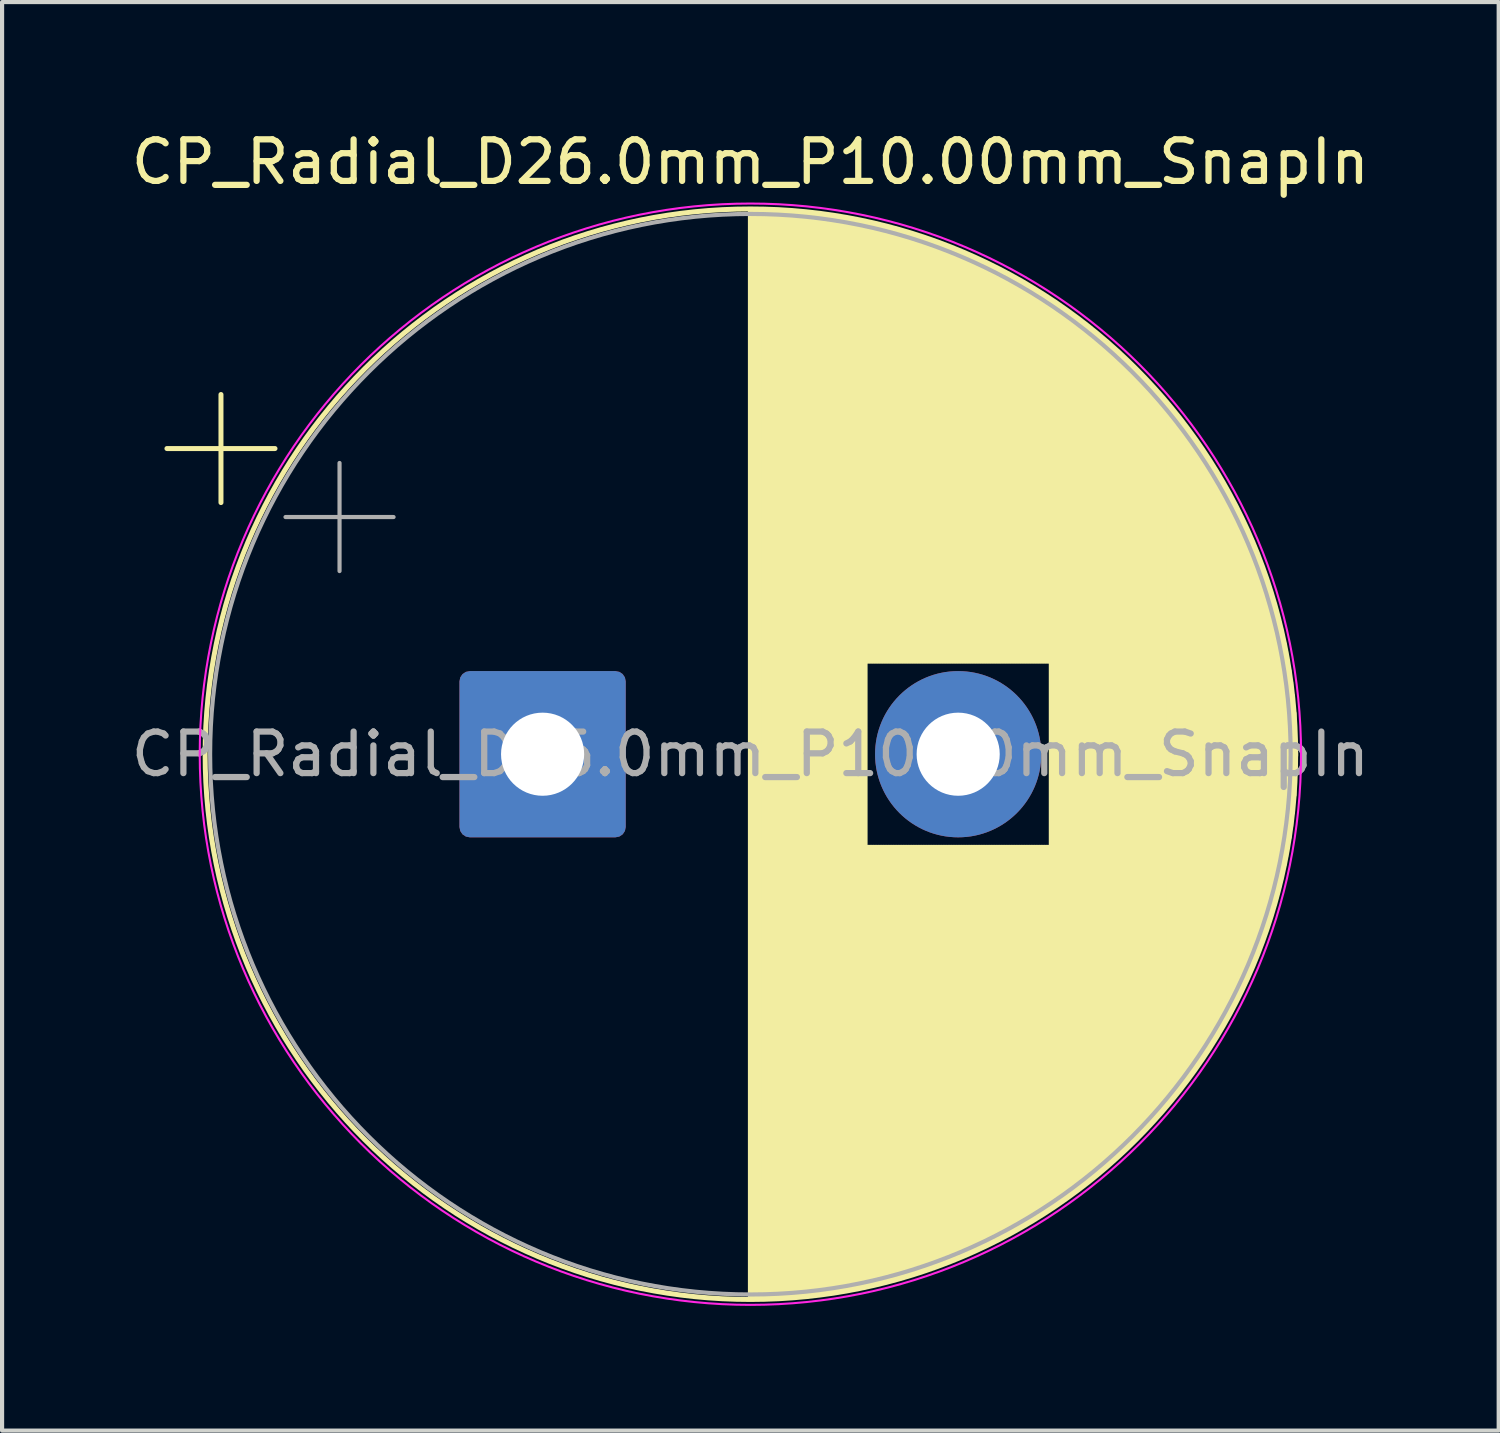
<source format=kicad_pcb>
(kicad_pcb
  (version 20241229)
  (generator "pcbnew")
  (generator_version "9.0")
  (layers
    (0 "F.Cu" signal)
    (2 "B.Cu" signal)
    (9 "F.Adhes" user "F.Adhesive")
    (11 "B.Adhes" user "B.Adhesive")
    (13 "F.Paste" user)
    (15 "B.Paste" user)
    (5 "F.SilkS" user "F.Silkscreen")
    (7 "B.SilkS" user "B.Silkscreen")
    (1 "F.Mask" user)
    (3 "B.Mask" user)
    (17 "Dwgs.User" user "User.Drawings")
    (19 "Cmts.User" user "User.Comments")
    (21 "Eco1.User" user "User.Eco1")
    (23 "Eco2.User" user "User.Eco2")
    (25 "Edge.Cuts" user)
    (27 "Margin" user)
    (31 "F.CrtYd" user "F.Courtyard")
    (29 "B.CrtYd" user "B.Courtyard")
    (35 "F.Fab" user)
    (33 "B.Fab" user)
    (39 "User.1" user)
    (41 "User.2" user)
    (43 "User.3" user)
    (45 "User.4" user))
  (footprint "CP_Radial_D26.0mm_P10.00mm_SnapIn"
    (layer "F.Cu")
    (at 10.006 15.098)
    (property "Reference" "CP_Radial_D26.0mm_P10.00mm_SnapIn" (at 5 -14.25 0) (layer "F.SilkS") (effects (font (size 1 1) (thickness 0.15))))
    (attr through_hole)
    (fp_line (start -9.039 -7.355) (end -6.439 -7.355) (stroke (width 0.12) (type solid)) (layer "F.SilkS"))
    (fp_line (start -7.739 -8.655) (end -7.739 -6.055) (stroke (width 0.12) (type solid)) (layer "F.SilkS"))
    (fp_line (start 5 -13.08) (end 5 13.08) (stroke (width 0.12) (type solid)) (layer "F.SilkS"))
    (fp_line (start 5.04 -13.08) (end 5.04 13.08) (stroke (width 0.12) (type solid)) (layer "F.SilkS"))
    (fp_line (start 5.08 -13.08) (end 5.08 13.08) (stroke (width 0.12) (type solid)) (layer "F.SilkS"))
    (fp_line (start 5.12 -13.079) (end 5.12 13.079) (stroke (width 0.12) (type solid)) (layer "F.SilkS"))
    (fp_line (start 5.16 -13.079) (end 5.16 13.079) (stroke (width 0.12) (type solid)) (layer "F.SilkS"))
    (fp_line (start 5.2 -13.078) (end 5.2 13.078) (stroke (width 0.12) (type solid)) (layer "F.SilkS"))
    (fp_line (start 5.24 -13.078) (end 5.24 13.078) (stroke (width 0.12) (type solid)) (layer "F.SilkS"))
    (fp_line (start 5.28 -13.077) (end 5.28 13.077) (stroke (width 0.12) (type solid)) (layer "F.SilkS"))
    (fp_line (start 5.32 -13.076) (end 5.32 13.076) (stroke (width 0.12) (type solid)) (layer "F.SilkS"))
    (fp_line (start 5.36 -13.075) (end 5.36 13.075) (stroke (width 0.12) (type solid)) (layer "F.SilkS"))
    (fp_line (start 5.4 -13.074) (end 5.4 13.074) (stroke (width 0.12) (type solid)) (layer "F.SilkS"))
    (fp_line (start 5.44 -13.073) (end 5.44 13.073) (stroke (width 0.12) (type solid)) (layer "F.SilkS"))
    (fp_line (start 5.48 -13.071) (end 5.48 13.071) (stroke (width 0.12) (type solid)) (layer "F.SilkS"))
    (fp_line (start 5.52 -13.07) (end 5.52 13.07) (stroke (width 0.12) (type solid)) (layer "F.SilkS"))
    (fp_line (start 5.56 -13.068) (end 5.56 13.068) (stroke (width 0.12) (type solid)) (layer "F.SilkS"))
    (fp_line (start 5.6 -13.066) (end 5.6 13.066) (stroke (width 0.12) (type solid)) (layer "F.SilkS"))
    (fp_line (start 5.64 -13.064) (end 5.64 13.064) (stroke (width 0.12) (type solid)) (layer "F.SilkS"))
    (fp_line (start 5.68 -13.062) (end 5.68 13.062) (stroke (width 0.12) (type solid)) (layer "F.SilkS"))
    (fp_line (start 5.72 -13.06) (end 5.72 13.06) (stroke (width 0.12) (type solid)) (layer "F.SilkS"))
    (fp_line (start 5.76 -13.058) (end 5.76 13.058) (stroke (width 0.12) (type solid)) (layer "F.SilkS"))
    (fp_line (start 5.8 -13.056) (end 5.8 13.056) (stroke (width 0.12) (type solid)) (layer "F.SilkS"))
    (fp_line (start 5.84 -13.053) (end 5.84 13.053) (stroke (width 0.12) (type solid)) (layer "F.SilkS"))
    (fp_line (start 5.88 -13.05) (end 5.88 13.05) (stroke (width 0.12) (type solid)) (layer "F.SilkS"))
    (fp_line (start 5.92 -13.048) (end 5.92 13.048) (stroke (width 0.12) (type solid)) (layer "F.SilkS"))
    (fp_line (start 5.96 -13.045) (end 5.96 13.045) (stroke (width 0.12) (type solid)) (layer "F.SilkS"))
    (fp_line (start 6 -13.042) (end 6 13.042) (stroke (width 0.12) (type solid)) (layer "F.SilkS"))
    (fp_line (start 6.04 -13.039) (end 6.04 13.039) (stroke (width 0.12) (type solid)) (layer "F.SilkS"))
    (fp_line (start 6.08 -13.035) (end 6.08 13.035) (stroke (width 0.12) (type solid)) (layer "F.SilkS"))
    (fp_line (start 6.12 -13.032) (end 6.12 13.032) (stroke (width 0.12) (type solid)) (layer "F.SilkS"))
    (fp_line (start 6.16 -13.029) (end 6.16 13.029) (stroke (width 0.12) (type solid)) (layer "F.SilkS"))
    (fp_line (start 6.2 -13.025) (end 6.2 13.025) (stroke (width 0.12) (type solid)) (layer "F.SilkS"))
    (fp_line (start 6.24 -13.021) (end 6.24 13.021) (stroke (width 0.12) (type solid)) (layer "F.SilkS"))
    (fp_line (start 6.28 -13.017) (end 6.28 13.017) (stroke (width 0.12) (type solid)) (layer "F.SilkS"))
    (fp_line (start 6.32 -13.013) (end 6.32 13.013) (stroke (width 0.12) (type solid)) (layer "F.SilkS"))
    (fp_line (start 6.36 -13.009) (end 6.36 13.009) (stroke (width 0.12) (type solid)) (layer "F.SilkS"))
    (fp_line (start 6.4 -13.005) (end 6.4 13.005) (stroke (width 0.12) (type solid)) (layer "F.SilkS"))
    (fp_line (start 6.44 -13.001) (end 6.44 13.001) (stroke (width 0.12) (type solid)) (layer "F.SilkS"))
    (fp_line (start 6.48 -12.996) (end 6.48 12.996) (stroke (width 0.12) (type solid)) (layer "F.SilkS"))
    (fp_line (start 6.52 -12.992) (end 6.52 12.992) (stroke (width 0.12) (type solid)) (layer "F.SilkS"))
    (fp_line (start 6.56 -12.987) (end 6.56 12.987) (stroke (width 0.12) (type solid)) (layer "F.SilkS"))
    (fp_line (start 6.6 -12.982) (end 6.6 12.982) (stroke (width 0.12) (type solid)) (layer "F.SilkS"))
    (fp_line (start 6.64 -12.977) (end 6.64 12.977) (stroke (width 0.12) (type solid)) (layer "F.SilkS"))
    (fp_line (start 6.68 -12.972) (end 6.68 12.972) (stroke (width 0.12) (type solid)) (layer "F.SilkS"))
    (fp_line (start 6.72 -12.967) (end 6.72 12.967) (stroke (width 0.12) (type solid)) (layer "F.SilkS"))
    (fp_line (start 6.76 -12.961) (end 6.76 12.961) (stroke (width 0.12) (type solid)) (layer "F.SilkS"))
    (fp_line (start 6.8 -12.956) (end 6.8 12.956) (stroke (width 0.12) (type solid)) (layer "F.SilkS"))
    (fp_line (start 6.84 -12.95) (end 6.84 12.95) (stroke (width 0.12) (type solid)) (layer "F.SilkS"))
    (fp_line (start 6.88 -12.945) (end 6.88 12.945) (stroke (width 0.12) (type solid)) (layer "F.SilkS"))
    (fp_line (start 6.92 -12.939) (end 6.92 12.939) (stroke (width 0.12) (type solid)) (layer "F.SilkS"))
    (fp_line (start 6.96 -12.933) (end 6.96 12.933) (stroke (width 0.12) (type solid)) (layer "F.SilkS"))
    (fp_line (start 7 -12.927) (end 7 12.927) (stroke (width 0.12) (type solid)) (layer "F.SilkS"))
    (fp_line (start 7.04 -12.92) (end 7.04 12.92) (stroke (width 0.12) (type solid)) (layer "F.SilkS"))
    (fp_line (start 7.08 -12.914) (end 7.08 12.914) (stroke (width 0.12) (type solid)) (layer "F.SilkS"))
    (fp_line (start 7.12 -12.908) (end 7.12 12.908) (stroke (width 0.12) (type solid)) (layer "F.SilkS"))
    (fp_line (start 7.16 -12.901) (end 7.16 12.901) (stroke (width 0.12) (type solid)) (layer "F.SilkS"))
    (fp_line (start 7.2 -12.894) (end 7.2 12.894) (stroke (width 0.12) (type solid)) (layer "F.SilkS"))
    (fp_line (start 7.24 -12.887) (end 7.24 12.887) (stroke (width 0.12) (type solid)) (layer "F.SilkS"))
    (fp_line (start 7.28 -12.88) (end 7.28 12.88) (stroke (width 0.12) (type solid)) (layer "F.SilkS"))
    (fp_line (start 7.32 -12.873) (end 7.32 12.873) (stroke (width 0.12) (type solid)) (layer "F.SilkS"))
    (fp_line (start 7.36 -12.866) (end 7.36 12.866) (stroke (width 0.12) (type solid)) (layer "F.SilkS"))
    (fp_line (start 7.4 -12.859) (end 7.4 12.859) (stroke (width 0.12) (type solid)) (layer "F.SilkS"))
    (fp_line (start 7.44 -12.851) (end 7.44 12.851) (stroke (width 0.12) (type solid)) (layer "F.SilkS"))
    (fp_line (start 7.48 -12.843) (end 7.48 12.843) (stroke (width 0.12) (type solid)) (layer "F.SilkS"))
    (fp_line (start 7.52 -12.836) (end 7.52 12.836) (stroke (width 0.12) (type solid)) (layer "F.SilkS"))
    (fp_line (start 7.56 -12.828) (end 7.56 12.828) (stroke (width 0.12) (type solid)) (layer "F.SilkS"))
    (fp_line (start 7.6 -12.82) (end 7.6 12.82) (stroke (width 0.12) (type solid)) (layer "F.SilkS"))
    (fp_line (start 7.64 -12.812) (end 7.64 12.812) (stroke (width 0.12) (type solid)) (layer "F.SilkS"))
    (fp_line (start 7.68 -12.803) (end 7.68 12.803) (stroke (width 0.12) (type solid)) (layer "F.SilkS"))
    (fp_line (start 7.72 -12.795) (end 7.72 12.795) (stroke (width 0.12) (type solid)) (layer "F.SilkS"))
    (fp_line (start 7.76 -12.786) (end 7.76 12.786) (stroke (width 0.12) (type solid)) (layer "F.SilkS"))
    (fp_line (start 7.8 -12.778) (end 7.8 -2.24) (stroke (width 0.12) (type solid)) (layer "F.SilkS"))
    (fp_line (start 7.8 2.24) (end 7.8 12.778) (stroke (width 0.12) (type solid)) (layer "F.SilkS"))
    (fp_line (start 7.84 -12.769) (end 7.84 -2.24) (stroke (width 0.12) (type solid)) (layer "F.SilkS"))
    (fp_line (start 7.84 2.24) (end 7.84 12.769) (stroke (width 0.12) (type solid)) (layer "F.SilkS"))
    (fp_line (start 7.88 -12.76) (end 7.88 -2.24) (stroke (width 0.12) (type solid)) (layer "F.SilkS"))
    (fp_line (start 7.88 2.24) (end 7.88 12.76) (stroke (width 0.12) (type solid)) (layer "F.SilkS"))
    (fp_line (start 7.92 -12.751) (end 7.92 -2.24) (stroke (width 0.12) (type solid)) (layer "F.SilkS"))
    (fp_line (start 7.92 2.24) (end 7.92 12.751) (stroke (width 0.12) (type solid)) (layer "F.SilkS"))
    (fp_line (start 7.96 -12.742) (end 7.96 -2.24) (stroke (width 0.12) (type solid)) (layer "F.SilkS"))
    (fp_line (start 7.96 2.24) (end 7.96 12.742) (stroke (width 0.12) (type solid)) (layer "F.SilkS"))
    (fp_line (start 8 -12.732) (end 8 -2.24) (stroke (width 0.12) (type solid)) (layer "F.SilkS"))
    (fp_line (start 8 2.24) (end 8 12.732) (stroke (width 0.12) (type solid)) (layer "F.SilkS"))
    (fp_line (start 8.04 -12.723) (end 8.04 -2.24) (stroke (width 0.12) (type solid)) (layer "F.SilkS"))
    (fp_line (start 8.04 2.24) (end 8.04 12.723) (stroke (width 0.12) (type solid)) (layer "F.SilkS"))
    (fp_line (start 8.08 -12.713) (end 8.08 -2.24) (stroke (width 0.12) (type solid)) (layer "F.SilkS"))
    (fp_line (start 8.08 2.24) (end 8.08 12.713) (stroke (width 0.12) (type solid)) (layer "F.SilkS"))
    (fp_line (start 8.12 -12.704) (end 8.12 -2.24) (stroke (width 0.12) (type solid)) (layer "F.SilkS"))
    (fp_line (start 8.12 2.24) (end 8.12 12.704) (stroke (width 0.12) (type solid)) (layer "F.SilkS"))
    (fp_line (start 8.16 -12.694) (end 8.16 -2.24) (stroke (width 0.12) (type solid)) (layer "F.SilkS"))
    (fp_line (start 8.16 2.24) (end 8.16 12.694) (stroke (width 0.12) (type solid)) (layer "F.SilkS"))
    (fp_line (start 8.2 -12.684) (end 8.2 -2.24) (stroke (width 0.12) (type solid)) (layer "F.SilkS"))
    (fp_line (start 8.2 2.24) (end 8.2 12.684) (stroke (width 0.12) (type solid)) (layer "F.SilkS"))
    (fp_line (start 8.24 -12.674) (end 8.24 -2.24) (stroke (width 0.12) (type solid)) (layer "F.SilkS"))
    (fp_line (start 8.24 2.24) (end 8.24 12.674) (stroke (width 0.12) (type solid)) (layer "F.SilkS"))
    (fp_line (start 8.28 -12.663) (end 8.28 -2.24) (stroke (width 0.12) (type solid)) (layer "F.SilkS"))
    (fp_line (start 8.28 2.24) (end 8.28 12.663) (stroke (width 0.12) (type solid)) (layer "F.SilkS"))
    (fp_line (start 8.32 -12.653) (end 8.32 -2.24) (stroke (width 0.12) (type solid)) (layer "F.SilkS"))
    (fp_line (start 8.32 2.24) (end 8.32 12.653) (stroke (width 0.12) (type solid)) (layer "F.SilkS"))
    (fp_line (start 8.36 -12.642) (end 8.36 -2.24) (stroke (width 0.12) (type solid)) (layer "F.SilkS"))
    (fp_line (start 8.36 2.24) (end 8.36 12.642) (stroke (width 0.12) (type solid)) (layer "F.SilkS"))
    (fp_line (start 8.4 -12.632) (end 8.4 -2.24) (stroke (width 0.12) (type solid)) (layer "F.SilkS"))
    (fp_line (start 8.4 2.24) (end 8.4 12.632) (stroke (width 0.12) (type solid)) (layer "F.SilkS"))
    (fp_line (start 8.44 -12.621) (end 8.44 -2.24) (stroke (width 0.12) (type solid)) (layer "F.SilkS"))
    (fp_line (start 8.44 2.24) (end 8.44 12.621) (stroke (width 0.12) (type solid)) (layer "F.SilkS"))
    (fp_line (start 8.48 -12.61) (end 8.48 -2.24) (stroke (width 0.12) (type solid)) (layer "F.SilkS"))
    (fp_line (start 8.48 2.24) (end 8.48 12.61) (stroke (width 0.12) (type solid)) (layer "F.SilkS"))
    (fp_line (start 8.52 -12.599) (end 8.52 -2.24) (stroke (width 0.12) (type solid)) (layer "F.SilkS"))
    (fp_line (start 8.52 2.24) (end 8.52 12.599) (stroke (width 0.12) (type solid)) (layer "F.SilkS"))
    (fp_line (start 8.56 -12.588) (end 8.56 -2.24) (stroke (width 0.12) (type solid)) (layer "F.SilkS"))
    (fp_line (start 8.56 2.24) (end 8.56 12.588) (stroke (width 0.12) (type solid)) (layer "F.SilkS"))
    (fp_line (start 8.6 -12.576) (end 8.6 -2.24) (stroke (width 0.12) (type solid)) (layer "F.SilkS"))
    (fp_line (start 8.6 2.24) (end 8.6 12.576) (stroke (width 0.12) (type solid)) (layer "F.SilkS"))
    (fp_line (start 8.64 -12.565) (end 8.64 -2.24) (stroke (width 0.12) (type solid)) (layer "F.SilkS"))
    (fp_line (start 8.64 2.24) (end 8.64 12.565) (stroke (width 0.12) (type solid)) (layer "F.SilkS"))
    (fp_line (start 8.68 -12.553) (end 8.68 -2.24) (stroke (width 0.12) (type solid)) (layer "F.SilkS"))
    (fp_line (start 8.68 2.24) (end 8.68 12.553) (stroke (width 0.12) (type solid)) (layer "F.SilkS"))
    (fp_line (start 8.72 -12.542) (end 8.72 -2.24) (stroke (width 0.12) (type solid)) (layer "F.SilkS"))
    (fp_line (start 8.72 2.24) (end 8.72 12.542) (stroke (width 0.12) (type solid)) (layer "F.SilkS"))
    (fp_line (start 8.76 -12.53) (end 8.76 -2.24) (stroke (width 0.12) (type solid)) (layer "F.SilkS"))
    (fp_line (start 8.76 2.24) (end 8.76 12.53) (stroke (width 0.12) (type solid)) (layer "F.SilkS"))
    (fp_line (start 8.8 -12.518) (end 8.8 -2.24) (stroke (width 0.12) (type solid)) (layer "F.SilkS"))
    (fp_line (start 8.8 2.24) (end 8.8 12.518) (stroke (width 0.12) (type solid)) (layer "F.SilkS"))
    (fp_line (start 8.84 -12.505) (end 8.84 -2.24) (stroke (width 0.12) (type solid)) (layer "F.SilkS"))
    (fp_line (start 8.84 2.24) (end 8.84 12.505) (stroke (width 0.12) (type solid)) (layer "F.SilkS"))
    (fp_line (start 8.88 -12.493) (end 8.88 -2.24) (stroke (width 0.12) (type solid)) (layer "F.SilkS"))
    (fp_line (start 8.88 2.24) (end 8.88 12.493) (stroke (width 0.12) (type solid)) (layer "F.SilkS"))
    (fp_line (start 8.92 -12.481) (end 8.92 -2.24) (stroke (width 0.12) (type solid)) (layer "F.SilkS"))
    (fp_line (start 8.92 2.24) (end 8.92 12.481) (stroke (width 0.12) (type solid)) (layer "F.SilkS"))
    (fp_line (start 8.96 -12.468) (end 8.96 -2.24) (stroke (width 0.12) (type solid)) (layer "F.SilkS"))
    (fp_line (start 8.96 2.24) (end 8.96 12.468) (stroke (width 0.12) (type solid)) (layer "F.SilkS"))
    (fp_line (start 9 -12.455) (end 9 -2.24) (stroke (width 0.12) (type solid)) (layer "F.SilkS"))
    (fp_line (start 9 2.24) (end 9 12.455) (stroke (width 0.12) (type solid)) (layer "F.SilkS"))
    (fp_line (start 9.04 -12.442) (end 9.04 -2.24) (stroke (width 0.12) (type solid)) (layer "F.SilkS"))
    (fp_line (start 9.04 2.24) (end 9.04 12.442) (stroke (width 0.12) (type solid)) (layer "F.SilkS"))
    (fp_line (start 9.08 -12.429) (end 9.08 -2.24) (stroke (width 0.12) (type solid)) (layer "F.SilkS"))
    (fp_line (start 9.08 2.24) (end 9.08 12.429) (stroke (width 0.12) (type solid)) (layer "F.SilkS"))
    (fp_line (start 9.12 -12.416) (end 9.12 -2.24) (stroke (width 0.12) (type solid)) (layer "F.SilkS"))
    (fp_line (start 9.12 2.24) (end 9.12 12.416) (stroke (width 0.12) (type solid)) (layer "F.SilkS"))
    (fp_line (start 9.16 -12.403) (end 9.16 -2.24) (stroke (width 0.12) (type solid)) (layer "F.SilkS"))
    (fp_line (start 9.16 2.24) (end 9.16 12.403) (stroke (width 0.12) (type solid)) (layer "F.SilkS"))
    (fp_line (start 9.2 -12.39) (end 9.2 -2.24) (stroke (width 0.12) (type solid)) (layer "F.SilkS"))
    (fp_line (start 9.2 2.24) (end 9.2 12.39) (stroke (width 0.12) (type solid)) (layer "F.SilkS"))
    (fp_line (start 9.24 -12.376) (end 9.24 -2.24) (stroke (width 0.12) (type solid)) (layer "F.SilkS"))
    (fp_line (start 9.24 2.24) (end 9.24 12.376) (stroke (width 0.12) (type solid)) (layer "F.SilkS"))
    (fp_line (start 9.28 -12.362) (end 9.28 -2.24) (stroke (width 0.12) (type solid)) (layer "F.SilkS"))
    (fp_line (start 9.28 2.24) (end 9.28 12.362) (stroke (width 0.12) (type solid)) (layer "F.SilkS"))
    (fp_line (start 9.32 -12.348) (end 9.32 -2.24) (stroke (width 0.12) (type solid)) (layer "F.SilkS"))
    (fp_line (start 9.32 2.24) (end 9.32 12.348) (stroke (width 0.12) (type solid)) (layer "F.SilkS"))
    (fp_line (start 9.36 -12.334) (end 9.36 -2.24) (stroke (width 0.12) (type solid)) (layer "F.SilkS"))
    (fp_line (start 9.36 2.24) (end 9.36 12.334) (stroke (width 0.12) (type solid)) (layer "F.SilkS"))
    (fp_line (start 9.4 -12.32) (end 9.4 -2.24) (stroke (width 0.12) (type solid)) (layer "F.SilkS"))
    (fp_line (start 9.4 2.24) (end 9.4 12.32) (stroke (width 0.12) (type solid)) (layer "F.SilkS"))
    (fp_line (start 9.44 -12.306) (end 9.44 -2.24) (stroke (width 0.12) (type solid)) (layer "F.SilkS"))
    (fp_line (start 9.44 2.24) (end 9.44 12.306) (stroke (width 0.12) (type solid)) (layer "F.SilkS"))
    (fp_line (start 9.48 -12.291) (end 9.48 -2.24) (stroke (width 0.12) (type solid)) (layer "F.SilkS"))
    (fp_line (start 9.48 2.24) (end 9.48 12.291) (stroke (width 0.12) (type solid)) (layer "F.SilkS"))
    (fp_line (start 9.52 -12.277) (end 9.52 -2.24) (stroke (width 0.12) (type solid)) (layer "F.SilkS"))
    (fp_line (start 9.52 2.24) (end 9.52 12.277) (stroke (width 0.12) (type solid)) (layer "F.SilkS"))
    (fp_line (start 9.56 -12.262) (end 9.56 -2.24) (stroke (width 0.12) (type solid)) (layer "F.SilkS"))
    (fp_line (start 9.56 2.24) (end 9.56 12.262) (stroke (width 0.12) (type solid)) (layer "F.SilkS"))
    (fp_line (start 9.6 -12.247) (end 9.6 -2.24) (stroke (width 0.12) (type solid)) (layer "F.SilkS"))
    (fp_line (start 9.6 2.24) (end 9.6 12.247) (stroke (width 0.12) (type solid)) (layer "F.SilkS"))
    (fp_line (start 9.64 -12.232) (end 9.64 -2.24) (stroke (width 0.12) (type solid)) (layer "F.SilkS"))
    (fp_line (start 9.64 2.24) (end 9.64 12.232) (stroke (width 0.12) (type solid)) (layer "F.SilkS"))
    (fp_line (start 9.68 -12.217) (end 9.68 -2.24) (stroke (width 0.12) (type solid)) (layer "F.SilkS"))
    (fp_line (start 9.68 2.24) (end 9.68 12.217) (stroke (width 0.12) (type solid)) (layer "F.SilkS"))
    (fp_line (start 9.72 -12.202) (end 9.72 -2.24) (stroke (width 0.12) (type solid)) (layer "F.SilkS"))
    (fp_line (start 9.72 2.24) (end 9.72 12.202) (stroke (width 0.12) (type solid)) (layer "F.SilkS"))
    (fp_line (start 9.76 -12.186) (end 9.76 -2.24) (stroke (width 0.12) (type solid)) (layer "F.SilkS"))
    (fp_line (start 9.76 2.24) (end 9.76 12.186) (stroke (width 0.12) (type solid)) (layer "F.SilkS"))
    (fp_line (start 9.8 -12.17) (end 9.8 -2.24) (stroke (width 0.12) (type solid)) (layer "F.SilkS"))
    (fp_line (start 9.8 2.24) (end 9.8 12.17) (stroke (width 0.12) (type solid)) (layer "F.SilkS"))
    (fp_line (start 9.84 -12.155) (end 9.84 -2.24) (stroke (width 0.12) (type solid)) (layer "F.SilkS"))
    (fp_line (start 9.84 2.24) (end 9.84 12.155) (stroke (width 0.12) (type solid)) (layer "F.SilkS"))
    (fp_line (start 9.88 -12.139) (end 9.88 -2.24) (stroke (width 0.12) (type solid)) (layer "F.SilkS"))
    (fp_line (start 9.88 2.24) (end 9.88 12.139) (stroke (width 0.12) (type solid)) (layer "F.SilkS"))
    (fp_line (start 9.92 -12.123) (end 9.92 -2.24) (stroke (width 0.12) (type solid)) (layer "F.SilkS"))
    (fp_line (start 9.92 2.24) (end 9.92 12.123) (stroke (width 0.12) (type solid)) (layer "F.SilkS"))
    (fp_line (start 9.96 -12.106) (end 9.96 -2.24) (stroke (width 0.12) (type solid)) (layer "F.SilkS"))
    (fp_line (start 9.96 2.24) (end 9.96 12.106) (stroke (width 0.12) (type solid)) (layer "F.SilkS"))
    (fp_line (start 10 -12.09) (end 10 -2.24) (stroke (width 0.12) (type solid)) (layer "F.SilkS"))
    (fp_line (start 10 2.24) (end 10 12.09) (stroke (width 0.12) (type solid)) (layer "F.SilkS"))
    (fp_line (start 10.04 -12.073) (end 10.04 -2.24) (stroke (width 0.12) (type solid)) (layer "F.SilkS"))
    (fp_line (start 10.04 2.24) (end 10.04 12.073) (stroke (width 0.12) (type solid)) (layer "F.SilkS"))
    (fp_line (start 10.08 -12.057) (end 10.08 -2.24) (stroke (width 0.12) (type solid)) (layer "F.SilkS"))
    (fp_line (start 10.08 2.24) (end 10.08 12.057) (stroke (width 0.12) (type solid)) (layer "F.SilkS"))
    (fp_line (start 10.12 -12.04) (end 10.12 -2.24) (stroke (width 0.12) (type solid)) (layer "F.SilkS"))
    (fp_line (start 10.12 2.24) (end 10.12 12.04) (stroke (width 0.12) (type solid)) (layer "F.SilkS"))
    (fp_line (start 10.16 -12.023) (end 10.16 -2.24) (stroke (width 0.12) (type solid)) (layer "F.SilkS"))
    (fp_line (start 10.16 2.24) (end 10.16 12.023) (stroke (width 0.12) (type solid)) (layer "F.SilkS"))
    (fp_line (start 10.2 -12.006) (end 10.2 -2.24) (stroke (width 0.12) (type solid)) (layer "F.SilkS"))
    (fp_line (start 10.2 2.24) (end 10.2 12.006) (stroke (width 0.12) (type solid)) (layer "F.SilkS"))
    (fp_line (start 10.24 -11.988) (end 10.24 -2.24) (stroke (width 0.12) (type solid)) (layer "F.SilkS"))
    (fp_line (start 10.24 2.24) (end 10.24 11.988) (stroke (width 0.12) (type solid)) (layer "F.SilkS"))
    (fp_line (start 10.28 -11.971) (end 10.28 -2.24) (stroke (width 0.12) (type solid)) (layer "F.SilkS"))
    (fp_line (start 10.28 2.24) (end 10.28 11.971) (stroke (width 0.12) (type solid)) (layer "F.SilkS"))
    (fp_line (start 10.32 -11.953) (end 10.32 -2.24) (stroke (width 0.12) (type solid)) (layer "F.SilkS"))
    (fp_line (start 10.32 2.24) (end 10.32 11.953) (stroke (width 0.12) (type solid)) (layer "F.SilkS"))
    (fp_line (start 10.36 -11.935) (end 10.36 -2.24) (stroke (width 0.12) (type solid)) (layer "F.SilkS"))
    (fp_line (start 10.36 2.24) (end 10.36 11.935) (stroke (width 0.12) (type solid)) (layer "F.SilkS"))
    (fp_line (start 10.4 -11.917) (end 10.4 -2.24) (stroke (width 0.12) (type solid)) (layer "F.SilkS"))
    (fp_line (start 10.4 2.24) (end 10.4 11.917) (stroke (width 0.12) (type solid)) (layer "F.SilkS"))
    (fp_line (start 10.44 -11.899) (end 10.44 -2.24) (stroke (width 0.12) (type solid)) (layer "F.SilkS"))
    (fp_line (start 10.44 2.24) (end 10.44 11.899) (stroke (width 0.12) (type solid)) (layer "F.SilkS"))
    (fp_line (start 10.48 -11.881) (end 10.48 -2.24) (stroke (width 0.12) (type solid)) (layer "F.SilkS"))
    (fp_line (start 10.48 2.24) (end 10.48 11.881) (stroke (width 0.12) (type solid)) (layer "F.SilkS"))
    (fp_line (start 10.52 -11.862) (end 10.52 -2.24) (stroke (width 0.12) (type solid)) (layer "F.SilkS"))
    (fp_line (start 10.52 2.24) (end 10.52 11.862) (stroke (width 0.12) (type solid)) (layer "F.SilkS"))
    (fp_line (start 10.56 -11.844) (end 10.56 -2.24) (stroke (width 0.12) (type solid)) (layer "F.SilkS"))
    (fp_line (start 10.56 2.24) (end 10.56 11.844) (stroke (width 0.12) (type solid)) (layer "F.SilkS"))
    (fp_line (start 10.6 -11.825) (end 10.6 -2.24) (stroke (width 0.12) (type solid)) (layer "F.SilkS"))
    (fp_line (start 10.6 2.24) (end 10.6 11.825) (stroke (width 0.12) (type solid)) (layer "F.SilkS"))
    (fp_line (start 10.64 -11.806) (end 10.64 -2.24) (stroke (width 0.12) (type solid)) (layer "F.SilkS"))
    (fp_line (start 10.64 2.24) (end 10.64 11.806) (stroke (width 0.12) (type solid)) (layer "F.SilkS"))
    (fp_line (start 10.68 -11.787) (end 10.68 -2.24) (stroke (width 0.12) (type solid)) (layer "F.SilkS"))
    (fp_line (start 10.68 2.24) (end 10.68 11.787) (stroke (width 0.12) (type solid)) (layer "F.SilkS"))
    (fp_line (start 10.72 -11.767) (end 10.72 -2.24) (stroke (width 0.12) (type solid)) (layer "F.SilkS"))
    (fp_line (start 10.72 2.24) (end 10.72 11.767) (stroke (width 0.12) (type solid)) (layer "F.SilkS"))
    (fp_line (start 10.76 -11.748) (end 10.76 -2.24) (stroke (width 0.12) (type solid)) (layer "F.SilkS"))
    (fp_line (start 10.76 2.24) (end 10.76 11.748) (stroke (width 0.12) (type solid)) (layer "F.SilkS"))
    (fp_line (start 10.8 -11.728) (end 10.8 -2.24) (stroke (width 0.12) (type solid)) (layer "F.SilkS"))
    (fp_line (start 10.8 2.24) (end 10.8 11.728) (stroke (width 0.12) (type solid)) (layer "F.SilkS"))
    (fp_line (start 10.84 -11.709) (end 10.84 -2.24) (stroke (width 0.12) (type solid)) (layer "F.SilkS"))
    (fp_line (start 10.84 2.24) (end 10.84 11.709) (stroke (width 0.12) (type solid)) (layer "F.SilkS"))
    (fp_line (start 10.88 -11.689) (end 10.88 -2.24) (stroke (width 0.12) (type solid)) (layer "F.SilkS"))
    (fp_line (start 10.88 2.24) (end 10.88 11.689) (stroke (width 0.12) (type solid)) (layer "F.SilkS"))
    (fp_line (start 10.92 -11.668) (end 10.92 -2.24) (stroke (width 0.12) (type solid)) (layer "F.SilkS"))
    (fp_line (start 10.92 2.24) (end 10.92 11.668) (stroke (width 0.12) (type solid)) (layer "F.SilkS"))
    (fp_line (start 10.96 -11.648) (end 10.96 -2.24) (stroke (width 0.12) (type solid)) (layer "F.SilkS"))
    (fp_line (start 10.96 2.24) (end 10.96 11.648) (stroke (width 0.12) (type solid)) (layer "F.SilkS"))
    (fp_line (start 11 -11.628) (end 11 -2.24) (stroke (width 0.12) (type solid)) (layer "F.SilkS"))
    (fp_line (start 11 2.24) (end 11 11.628) (stroke (width 0.12) (type solid)) (layer "F.SilkS"))
    (fp_line (start 11.04 -11.607) (end 11.04 -2.24) (stroke (width 0.12) (type solid)) (layer "F.SilkS"))
    (fp_line (start 11.04 2.24) (end 11.04 11.607) (stroke (width 0.12) (type solid)) (layer "F.SilkS"))
    (fp_line (start 11.08 -11.586) (end 11.08 -2.24) (stroke (width 0.12) (type solid)) (layer "F.SilkS"))
    (fp_line (start 11.08 2.24) (end 11.08 11.586) (stroke (width 0.12) (type solid)) (layer "F.SilkS"))
    (fp_line (start 11.12 -11.565) (end 11.12 -2.24) (stroke (width 0.12) (type solid)) (layer "F.SilkS"))
    (fp_line (start 11.12 2.24) (end 11.12 11.565) (stroke (width 0.12) (type solid)) (layer "F.SilkS"))
    (fp_line (start 11.16 -11.544) (end 11.16 -2.24) (stroke (width 0.12) (type solid)) (layer "F.SilkS"))
    (fp_line (start 11.16 2.24) (end 11.16 11.544) (stroke (width 0.12) (type solid)) (layer "F.SilkS"))
    (fp_line (start 11.2 -11.523) (end 11.2 -2.24) (stroke (width 0.12) (type solid)) (layer "F.SilkS"))
    (fp_line (start 11.2 2.24) (end 11.2 11.523) (stroke (width 0.12) (type solid)) (layer "F.SilkS"))
    (fp_line (start 11.24 -11.501) (end 11.24 -2.24) (stroke (width 0.12) (type solid)) (layer "F.SilkS"))
    (fp_line (start 11.24 2.24) (end 11.24 11.501) (stroke (width 0.12) (type solid)) (layer "F.SilkS"))
    (fp_line (start 11.28 -11.479) (end 11.28 -2.24) (stroke (width 0.12) (type solid)) (layer "F.SilkS"))
    (fp_line (start 11.28 2.24) (end 11.28 11.479) (stroke (width 0.12) (type solid)) (layer "F.SilkS"))
    (fp_line (start 11.32 -11.457) (end 11.32 -2.24) (stroke (width 0.12) (type solid)) (layer "F.SilkS"))
    (fp_line (start 11.32 2.24) (end 11.32 11.457) (stroke (width 0.12) (type solid)) (layer "F.SilkS"))
    (fp_line (start 11.36 -11.435) (end 11.36 -2.24) (stroke (width 0.12) (type solid)) (layer "F.SilkS"))
    (fp_line (start 11.36 2.24) (end 11.36 11.435) (stroke (width 0.12) (type solid)) (layer "F.SilkS"))
    (fp_line (start 11.4 -11.413) (end 11.4 -2.24) (stroke (width 0.12) (type solid)) (layer "F.SilkS"))
    (fp_line (start 11.4 2.24) (end 11.4 11.413) (stroke (width 0.12) (type solid)) (layer "F.SilkS"))
    (fp_line (start 11.44 -11.391) (end 11.44 -2.24) (stroke (width 0.12) (type solid)) (layer "F.SilkS"))
    (fp_line (start 11.44 2.24) (end 11.44 11.391) (stroke (width 0.12) (type solid)) (layer "F.SilkS"))
    (fp_line (start 11.48 -11.368) (end 11.48 -2.24) (stroke (width 0.12) (type solid)) (layer "F.SilkS"))
    (fp_line (start 11.48 2.24) (end 11.48 11.368) (stroke (width 0.12) (type solid)) (layer "F.SilkS"))
    (fp_line (start 11.52 -11.345) (end 11.52 -2.24) (stroke (width 0.12) (type solid)) (layer "F.SilkS"))
    (fp_line (start 11.52 2.24) (end 11.52 11.345) (stroke (width 0.12) (type solid)) (layer "F.SilkS"))
    (fp_line (start 11.56 -11.322) (end 11.56 -2.24) (stroke (width 0.12) (type solid)) (layer "F.SilkS"))
    (fp_line (start 11.56 2.24) (end 11.56 11.322) (stroke (width 0.12) (type solid)) (layer "F.SilkS"))
    (fp_line (start 11.6 -11.299) (end 11.6 -2.24) (stroke (width 0.12) (type solid)) (layer "F.SilkS"))
    (fp_line (start 11.6 2.24) (end 11.6 11.299) (stroke (width 0.12) (type solid)) (layer "F.SilkS"))
    (fp_line (start 11.64 -11.276) (end 11.64 -2.24) (stroke (width 0.12) (type solid)) (layer "F.SilkS"))
    (fp_line (start 11.64 2.24) (end 11.64 11.276) (stroke (width 0.12) (type solid)) (layer "F.SilkS"))
    (fp_line (start 11.68 -11.252) (end 11.68 -2.24) (stroke (width 0.12) (type solid)) (layer "F.SilkS"))
    (fp_line (start 11.68 2.24) (end 11.68 11.252) (stroke (width 0.12) (type solid)) (layer "F.SilkS"))
    (fp_line (start 11.72 -11.228) (end 11.72 -2.24) (stroke (width 0.12) (type solid)) (layer "F.SilkS"))
    (fp_line (start 11.72 2.24) (end 11.72 11.228) (stroke (width 0.12) (type solid)) (layer "F.SilkS"))
    (fp_line (start 11.76 -11.204) (end 11.76 -2.24) (stroke (width 0.12) (type solid)) (layer "F.SilkS"))
    (fp_line (start 11.76 2.24) (end 11.76 11.204) (stroke (width 0.12) (type solid)) (layer "F.SilkS"))
    (fp_line (start 11.8 -11.18) (end 11.8 -2.24) (stroke (width 0.12) (type solid)) (layer "F.SilkS"))
    (fp_line (start 11.8 2.24) (end 11.8 11.18) (stroke (width 0.12) (type solid)) (layer "F.SilkS"))
    (fp_line (start 11.84 -11.156) (end 11.84 -2.24) (stroke (width 0.12) (type solid)) (layer "F.SilkS"))
    (fp_line (start 11.84 2.24) (end 11.84 11.156) (stroke (width 0.12) (type solid)) (layer "F.SilkS"))
    (fp_line (start 11.88 -11.131) (end 11.88 -2.24) (stroke (width 0.12) (type solid)) (layer "F.SilkS"))
    (fp_line (start 11.88 2.24) (end 11.88 11.131) (stroke (width 0.12) (type solid)) (layer "F.SilkS"))
    (fp_line (start 11.92 -11.107) (end 11.92 -2.24) (stroke (width 0.12) (type solid)) (layer "F.SilkS"))
    (fp_line (start 11.92 2.24) (end 11.92 11.107) (stroke (width 0.12) (type solid)) (layer "F.SilkS"))
    (fp_line (start 11.96 -11.082) (end 11.96 -2.24) (stroke (width 0.12) (type solid)) (layer "F.SilkS"))
    (fp_line (start 11.96 2.24) (end 11.96 11.082) (stroke (width 0.12) (type solid)) (layer "F.SilkS"))
    (fp_line (start 12 -11.057) (end 12 -2.24) (stroke (width 0.12) (type solid)) (layer "F.SilkS"))
    (fp_line (start 12 2.24) (end 12 11.057) (stroke (width 0.12) (type solid)) (layer "F.SilkS"))
    (fp_line (start 12.04 -11.031) (end 12.04 -2.24) (stroke (width 0.12) (type solid)) (layer "F.SilkS"))
    (fp_line (start 12.04 2.24) (end 12.04 11.031) (stroke (width 0.12) (type solid)) (layer "F.SilkS"))
    (fp_line (start 12.08 -11.006) (end 12.08 -2.24) (stroke (width 0.12) (type solid)) (layer "F.SilkS"))
    (fp_line (start 12.08 2.24) (end 12.08 11.006) (stroke (width 0.12) (type solid)) (layer "F.SilkS"))
    (fp_line (start 12.12 -10.98) (end 12.12 -2.24) (stroke (width 0.12) (type solid)) (layer "F.SilkS"))
    (fp_line (start 12.12 2.24) (end 12.12 10.98) (stroke (width 0.12) (type solid)) (layer "F.SilkS"))
    (fp_line (start 12.16 -10.954) (end 12.16 -2.24) (stroke (width 0.12) (type solid)) (layer "F.SilkS"))
    (fp_line (start 12.16 2.24) (end 12.16 10.954) (stroke (width 0.12) (type solid)) (layer "F.SilkS"))
    (fp_line (start 12.2 -10.928) (end 12.2 -2.24) (stroke (width 0.12) (type solid)) (layer "F.SilkS"))
    (fp_line (start 12.2 2.24) (end 12.2 10.928) (stroke (width 0.12) (type solid)) (layer "F.SilkS"))
    (fp_line (start 12.24 -10.902) (end 12.24 10.902) (stroke (width 0.12) (type solid)) (layer "F.SilkS"))
    (fp_line (start 12.28 -10.875) (end 12.28 10.875) (stroke (width 0.12) (type solid)) (layer "F.SilkS"))
    (fp_line (start 12.32 -10.848) (end 12.32 10.848) (stroke (width 0.12) (type solid)) (layer "F.SilkS"))
    (fp_line (start 12.36 -10.821) (end 12.36 10.821) (stroke (width 0.12) (type solid)) (layer "F.SilkS"))
    (fp_line (start 12.4 -10.794) (end 12.4 10.794) (stroke (width 0.12) (type solid)) (layer "F.SilkS"))
    (fp_line (start 12.44 -10.767) (end 12.44 10.767) (stroke (width 0.12) (type solid)) (layer "F.SilkS"))
    (fp_line (start 12.48 -10.739) (end 12.48 10.739) (stroke (width 0.12) (type solid)) (layer "F.SilkS"))
    (fp_line (start 12.52 -10.711) (end 12.52 10.711) (stroke (width 0.12) (type solid)) (layer "F.SilkS"))
    (fp_line (start 12.56 -10.683) (end 12.56 10.683) (stroke (width 0.12) (type solid)) (layer "F.SilkS"))
    (fp_line (start 12.6 -10.655) (end 12.6 10.655) (stroke (width 0.12) (type solid)) (layer "F.SilkS"))
    (fp_line (start 12.64 -10.626) (end 12.64 10.626) (stroke (width 0.12) (type solid)) (layer "F.SilkS"))
    (fp_line (start 12.68 -10.597) (end 12.68 10.597) (stroke (width 0.12) (type solid)) (layer "F.SilkS"))
    (fp_line (start 12.72 -10.568) (end 12.72 10.568) (stroke (width 0.12) (type solid)) (layer "F.SilkS"))
    (fp_line (start 12.76 -10.539) (end 12.76 10.539) (stroke (width 0.12) (type solid)) (layer "F.SilkS"))
    (fp_line (start 12.8 -10.51) (end 12.8 10.51) (stroke (width 0.12) (type solid)) (layer "F.SilkS"))
    (fp_line (start 12.84 -10.48) (end 12.84 10.48) (stroke (width 0.12) (type solid)) (layer "F.SilkS"))
    (fp_line (start 12.88 -10.45) (end 12.88 10.45) (stroke (width 0.12) (type solid)) (layer "F.SilkS"))
    (fp_line (start 12.92 -10.42) (end 12.92 10.42) (stroke (width 0.12) (type solid)) (layer "F.SilkS"))
    (fp_line (start 12.96 -10.389) (end 12.96 10.389) (stroke (width 0.12) (type solid)) (layer "F.SilkS"))
    (fp_line (start 13 -10.359) (end 13 10.359) (stroke (width 0.12) (type solid)) (layer "F.SilkS"))
    (fp_line (start 13.04 -10.328) (end 13.04 10.328) (stroke (width 0.12) (type solid)) (layer "F.SilkS"))
    (fp_line (start 13.08 -10.297) (end 13.08 10.297) (stroke (width 0.12) (type solid)) (layer "F.SilkS"))
    (fp_line (start 13.12 -10.265) (end 13.12 10.265) (stroke (width 0.12) (type solid)) (layer "F.SilkS"))
    (fp_line (start 13.16 -10.234) (end 13.16 10.234) (stroke (width 0.12) (type solid)) (layer "F.SilkS"))
    (fp_line (start 13.2 -10.202) (end 13.2 10.202) (stroke (width 0.12) (type solid)) (layer "F.SilkS"))
    (fp_line (start 13.24 -10.17) (end 13.24 10.17) (stroke (width 0.12) (type solid)) (layer "F.SilkS"))
    (fp_line (start 13.28 -10.137) (end 13.28 10.137) (stroke (width 0.12) (type solid)) (layer "F.SilkS"))
    (fp_line (start 13.32 -10.105) (end 13.32 10.105) (stroke (width 0.12) (type solid)) (layer "F.SilkS"))
    (fp_line (start 13.36 -10.072) (end 13.36 10.072) (stroke (width 0.12) (type solid)) (layer "F.SilkS"))
    (fp_line (start 13.4 -10.038) (end 13.4 10.038) (stroke (width 0.12) (type solid)) (layer "F.SilkS"))
    (fp_line (start 13.44 -10.005) (end 13.44 10.005) (stroke (width 0.12) (type solid)) (layer "F.SilkS"))
    (fp_line (start 13.48 -9.971) (end 13.48 9.971) (stroke (width 0.12) (type solid)) (layer "F.SilkS"))
    (fp_line (start 13.52 -9.937) (end 13.52 9.937) (stroke (width 0.12) (type solid)) (layer "F.SilkS"))
    (fp_line (start 13.56 -9.903) (end 13.56 9.903) (stroke (width 0.12) (type solid)) (layer "F.SilkS"))
    (fp_line (start 13.6 -9.868) (end 13.6 9.868) (stroke (width 0.12) (type solid)) (layer "F.SilkS"))
    (fp_line (start 13.64 -9.833) (end 13.64 9.833) (stroke (width 0.12) (type solid)) (layer "F.SilkS"))
    (fp_line (start 13.68 -9.798) (end 13.68 9.798) (stroke (width 0.12) (type solid)) (layer "F.SilkS"))
    (fp_line (start 13.72 -9.763) (end 13.72 9.763) (stroke (width 0.12) (type solid)) (layer "F.SilkS"))
    (fp_line (start 13.76 -9.727) (end 13.76 9.727) (stroke (width 0.12) (type solid)) (layer "F.SilkS"))
    (fp_line (start 13.8 -9.691) (end 13.8 9.691) (stroke (width 0.12) (type solid)) (layer "F.SilkS"))
    (fp_line (start 13.84 -9.655) (end 13.84 9.655) (stroke (width 0.12) (type solid)) (layer "F.SilkS"))
    (fp_line (start 13.88 -9.618) (end 13.88 9.618) (stroke (width 0.12) (type solid)) (layer "F.SilkS"))
    (fp_line (start 13.92 -9.581) (end 13.92 9.581) (stroke (width 0.12) (type solid)) (layer "F.SilkS"))
    (fp_line (start 13.96 -9.544) (end 13.96 9.544) (stroke (width 0.12) (type solid)) (layer "F.SilkS"))
    (fp_line (start 14 -9.506) (end 14 9.506) (stroke (width 0.12) (type solid)) (layer "F.SilkS"))
    (fp_line (start 14.04 -9.469) (end 14.04 9.469) (stroke (width 0.12) (type solid)) (layer "F.SilkS"))
    (fp_line (start 14.08 -9.43) (end 14.08 9.43) (stroke (width 0.12) (type solid)) (layer "F.SilkS"))
    (fp_line (start 14.12 -9.392) (end 14.12 9.392) (stroke (width 0.12) (type solid)) (layer "F.SilkS"))
    (fp_line (start 14.16 -9.353) (end 14.16 9.353) (stroke (width 0.12) (type solid)) (layer "F.SilkS"))
    (fp_line (start 14.2 -9.314) (end 14.2 9.314) (stroke (width 0.12) (type solid)) (layer "F.SilkS"))
    (fp_line (start 14.24 -9.274) (end 14.24 9.274) (stroke (width 0.12) (type solid)) (layer "F.SilkS"))
    (fp_line (start 14.28 -9.234) (end 14.28 9.234) (stroke (width 0.12) (type solid)) (layer "F.SilkS"))
    (fp_line (start 14.32 -9.194) (end 14.32 9.194) (stroke (width 0.12) (type solid)) (layer "F.SilkS"))
    (fp_line (start 14.36 -9.154) (end 14.36 9.154) (stroke (width 0.12) (type solid)) (layer "F.SilkS"))
    (fp_line (start 14.4 -9.113) (end 14.4 9.113) (stroke (width 0.12) (type solid)) (layer "F.SilkS"))
    (fp_line (start 14.44 -9.072) (end 14.44 9.072) (stroke (width 0.12) (type solid)) (layer "F.SilkS"))
    (fp_line (start 14.48 -9.03) (end 14.48 9.03) (stroke (width 0.12) (type solid)) (layer "F.SilkS"))
    (fp_line (start 14.52 -8.988) (end 14.52 8.988) (stroke (width 0.12) (type solid)) (layer "F.SilkS"))
    (fp_line (start 14.56 -8.946) (end 14.56 8.946) (stroke (width 0.12) (type solid)) (layer "F.SilkS"))
    (fp_line (start 14.6 -8.903) (end 14.6 8.903) (stroke (width 0.12) (type solid)) (layer "F.SilkS"))
    (fp_line (start 14.64 -8.86) (end 14.64 8.86) (stroke (width 0.12) (type solid)) (layer "F.SilkS"))
    (fp_line (start 14.68 -8.816) (end 14.68 8.816) (stroke (width 0.12) (type solid)) (layer "F.SilkS"))
    (fp_line (start 14.72 -8.772) (end 14.72 8.772) (stroke (width 0.12) (type solid)) (layer "F.SilkS"))
    (fp_line (start 14.76 -8.728) (end 14.76 8.728) (stroke (width 0.12) (type solid)) (layer "F.SilkS"))
    (fp_line (start 14.8 -8.683) (end 14.8 8.683) (stroke (width 0.12) (type solid)) (layer "F.SilkS"))
    (fp_line (start 14.84 -8.638) (end 14.84 8.638) (stroke (width 0.12) (type solid)) (layer "F.SilkS"))
    (fp_line (start 14.88 -8.592) (end 14.88 8.592) (stroke (width 0.12) (type solid)) (layer "F.SilkS"))
    (fp_line (start 14.92 -8.547) (end 14.92 8.547) (stroke (width 0.12) (type solid)) (layer "F.SilkS"))
    (fp_line (start 14.96 -8.5) (end 14.96 8.5) (stroke (width 0.12) (type solid)) (layer "F.SilkS"))
    (fp_line (start 15 -8.453) (end 15 8.453) (stroke (width 0.12) (type solid)) (layer "F.SilkS"))
    (fp_line (start 15.04 -8.406) (end 15.04 8.406) (stroke (width 0.12) (type solid)) (layer "F.SilkS"))
    (fp_line (start 15.08 -8.358) (end 15.08 8.358) (stroke (width 0.12) (type solid)) (layer "F.SilkS"))
    (fp_line (start 15.12 -8.31) (end 15.12 8.31) (stroke (width 0.12) (type solid)) (layer "F.SilkS"))
    (fp_line (start 15.16 -8.261) (end 15.16 8.261) (stroke (width 0.12) (type solid)) (layer "F.SilkS"))
    (fp_line (start 15.2 -8.212) (end 15.2 8.212) (stroke (width 0.12) (type solid)) (layer "F.SilkS"))
    (fp_line (start 15.24 -8.162) (end 15.24 8.162) (stroke (width 0.12) (type solid)) (layer "F.SilkS"))
    (fp_line (start 15.28 -8.112) (end 15.28 8.112) (stroke (width 0.12) (type solid)) (layer "F.SilkS"))
    (fp_line (start 15.32 -8.061) (end 15.32 8.061) (stroke (width 0.12) (type solid)) (layer "F.SilkS"))
    (fp_line (start 15.36 -8.01) (end 15.36 8.01) (stroke (width 0.12) (type solid)) (layer "F.SilkS"))
    (fp_line (start 15.4 -7.958) (end 15.4 7.958) (stroke (width 0.12) (type solid)) (layer "F.SilkS"))
    (fp_line (start 15.44 -7.906) (end 15.44 7.906) (stroke (width 0.12) (type solid)) (layer "F.SilkS"))
    (fp_line (start 15.48 -7.853) (end 15.48 7.853) (stroke (width 0.12) (type solid)) (layer "F.SilkS"))
    (fp_line (start 15.52 -7.8) (end 15.52 7.8) (stroke (width 0.12) (type solid)) (layer "F.SilkS"))
    (fp_line (start 15.56 -7.746) (end 15.56 7.746) (stroke (width 0.12) (type solid)) (layer "F.SilkS"))
    (fp_line (start 15.6 -7.691) (end 15.6 7.691) (stroke (width 0.12) (type solid)) (layer "F.SilkS"))
    (fp_line (start 15.64 -7.636) (end 15.64 7.636) (stroke (width 0.12) (type solid)) (layer "F.SilkS"))
    (fp_line (start 15.68 -7.58) (end 15.68 7.58) (stroke (width 0.12) (type solid)) (layer "F.SilkS"))
    (fp_line (start 15.72 -7.524) (end 15.72 7.524) (stroke (width 0.12) (type solid)) (layer "F.SilkS"))
    (fp_line (start 15.76 -7.467) (end 15.76 7.467) (stroke (width 0.12) (type solid)) (layer "F.SilkS"))
    (fp_line (start 15.8 -7.409) (end 15.8 7.409) (stroke (width 0.12) (type solid)) (layer "F.SilkS"))
    (fp_line (start 15.84 -7.351) (end 15.84 7.351) (stroke (width 0.12) (type solid)) (layer "F.SilkS"))
    (fp_line (start 15.88 -7.292) (end 15.88 7.292) (stroke (width 0.12) (type solid)) (layer "F.SilkS"))
    (fp_line (start 15.92 -7.232) (end 15.92 7.232) (stroke (width 0.12) (type solid)) (layer "F.SilkS"))
    (fp_line (start 15.96 -7.172) (end 15.96 7.172) (stroke (width 0.12) (type solid)) (layer "F.SilkS"))
    (fp_line (start 16 -7.111) (end 16 7.111) (stroke (width 0.12) (type solid)) (layer "F.SilkS"))
    (fp_line (start 16.04 -7.049) (end 16.04 7.049) (stroke (width 0.12) (type solid)) (layer "F.SilkS"))
    (fp_line (start 16.08 -6.986) (end 16.08 6.986) (stroke (width 0.12) (type solid)) (layer "F.SilkS"))
    (fp_line (start 16.12 -6.923) (end 16.12 6.923) (stroke (width 0.12) (type solid)) (layer "F.SilkS"))
    (fp_line (start 16.16 -6.858) (end 16.16 6.858) (stroke (width 0.12) (type solid)) (layer "F.SilkS"))
    (fp_line (start 16.2 -6.793) (end 16.2 6.793) (stroke (width 0.12) (type solid)) (layer "F.SilkS"))
    (fp_line (start 16.24 -6.727) (end 16.24 6.727) (stroke (width 0.12) (type solid)) (layer "F.SilkS"))
    (fp_line (start 16.28 -6.66) (end 16.28 6.66) (stroke (width 0.12) (type solid)) (layer "F.SilkS"))
    (fp_line (start 16.32 -6.593) (end 16.32 6.593) (stroke (width 0.12) (type solid)) (layer "F.SilkS"))
    (fp_line (start 16.36 -6.524) (end 16.36 6.524) (stroke (width 0.12) (type solid)) (layer "F.SilkS"))
    (fp_line (start 16.4 -6.454) (end 16.4 6.454) (stroke (width 0.12) (type solid)) (layer "F.SilkS"))
    (fp_line (start 16.44 -6.383) (end 16.44 6.383) (stroke (width 0.12) (type solid)) (layer "F.SilkS"))
    (fp_line (start 16.48 -6.312) (end 16.48 6.312) (stroke (width 0.12) (type solid)) (layer "F.SilkS"))
    (fp_line (start 16.52 -6.239) (end 16.52 6.239) (stroke (width 0.12) (type solid)) (layer "F.SilkS"))
    (fp_line (start 16.56 -6.165) (end 16.56 6.165) (stroke (width 0.12) (type solid)) (layer "F.SilkS"))
    (fp_line (start 16.6 -6.09) (end 16.6 6.09) (stroke (width 0.12) (type solid)) (layer "F.SilkS"))
    (fp_line (start 16.64 -6.013) (end 16.64 6.013) (stroke (width 0.12) (type solid)) (layer "F.SilkS"))
    (fp_line (start 16.68 -5.936) (end 16.68 5.936) (stroke (width 0.12) (type solid)) (layer "F.SilkS"))
    (fp_line (start 16.72 -5.857) (end 16.72 5.857) (stroke (width 0.12) (type solid)) (layer "F.SilkS"))
    (fp_line (start 16.76 -5.777) (end 16.76 5.777) (stroke (width 0.12) (type solid)) (layer "F.SilkS"))
    (fp_line (start 16.8 -5.695) (end 16.8 5.695) (stroke (width 0.12) (type solid)) (layer "F.SilkS"))
    (fp_line (start 16.84 -5.612) (end 16.84 5.612) (stroke (width 0.12) (type solid)) (layer "F.SilkS"))
    (fp_line (start 16.88 -5.528) (end 16.88 5.528) (stroke (width 0.12) (type solid)) (layer "F.SilkS"))
    (fp_line (start 16.92 -5.442) (end 16.92 5.442) (stroke (width 0.12) (type solid)) (layer "F.SilkS"))
    (fp_line (start 16.96 -5.354) (end 16.96 5.354) (stroke (width 0.12) (type solid)) (layer "F.SilkS"))
    (fp_line (start 17 -5.264) (end 17 5.264) (stroke (width 0.12) (type solid)) (layer "F.SilkS"))
    (fp_line (start 17.04 -5.173) (end 17.04 5.173) (stroke (width 0.12) (type solid)) (layer "F.SilkS"))
    (fp_line (start 17.08 -5.079) (end 17.08 5.079) (stroke (width 0.12) (type solid)) (layer "F.SilkS"))
    (fp_line (start 17.12 -4.984) (end 17.12 4.984) (stroke (width 0.12) (type solid)) (layer "F.SilkS"))
    (fp_line (start 17.16 -4.886) (end 17.16 4.886) (stroke (width 0.12) (type solid)) (layer "F.SilkS"))
    (fp_line (start 17.2 -4.786) (end 17.2 4.786) (stroke (width 0.12) (type solid)) (layer "F.SilkS"))
    (fp_line (start 17.24 -4.684) (end 17.24 4.684) (stroke (width 0.12) (type solid)) (layer "F.SilkS"))
    (fp_line (start 17.28 -4.579) (end 17.28 4.579) (stroke (width 0.12) (type solid)) (layer "F.SilkS"))
    (fp_line (start 17.32 -4.471) (end 17.32 4.471) (stroke (width 0.12) (type solid)) (layer "F.SilkS"))
    (fp_line (start 17.36 -4.361) (end 17.36 4.361) (stroke (width 0.12) (type solid)) (layer "F.SilkS"))
    (fp_line (start 17.4 -4.247) (end 17.4 4.247) (stroke (width 0.12) (type solid)) (layer "F.SilkS"))
    (fp_line (start 17.44 -4.129) (end 17.44 4.129) (stroke (width 0.12) (type solid)) (layer "F.SilkS"))
    (fp_line (start 17.48 -4.008) (end 17.48 4.008) (stroke (width 0.12) (type solid)) (layer "F.SilkS"))
    (fp_line (start 17.52 -3.882) (end 17.52 3.882) (stroke (width 0.12) (type solid)) (layer "F.SilkS"))
    (fp_line (start 17.56 -3.752) (end 17.56 3.752) (stroke (width 0.12) (type solid)) (layer "F.SilkS"))
    (fp_line (start 17.6 -3.617) (end 17.6 3.617) (stroke (width 0.12) (type solid)) (layer "F.SilkS"))
    (fp_line (start 17.64 -3.476) (end 17.64 3.476) (stroke (width 0.12) (type solid)) (layer "F.SilkS"))
    (fp_line (start 17.68 -3.329) (end 17.68 3.329) (stroke (width 0.12) (type solid)) (layer "F.SilkS"))
    (fp_line (start 17.72 -3.175) (end 17.72 3.175) (stroke (width 0.12) (type solid)) (layer "F.SilkS"))
    (fp_line (start 17.76 -3.012) (end 17.76 3.012) (stroke (width 0.12) (type solid)) (layer "F.SilkS"))
    (fp_line (start 17.8 -2.84) (end 17.8 2.84) (stroke (width 0.12) (type solid)) (layer "F.SilkS"))
    (fp_line (start 17.84 -2.656) (end 17.84 2.656) (stroke (width 0.12) (type solid)) (layer "F.SilkS"))
    (fp_line (start 17.88 -2.458) (end 17.88 2.458) (stroke (width 0.12) (type solid)) (layer "F.SilkS"))
    (fp_line (start 17.92 -2.242) (end 17.92 2.242) (stroke (width 0.12) (type solid)) (layer "F.SilkS"))
    (fp_line (start 17.96 -2.003) (end 17.96 2.003) (stroke (width 0.12) (type solid)) (layer "F.SilkS"))
    (fp_line (start 18 -1.73) (end 18 1.73) (stroke (width 0.12) (type solid)) (layer "F.SilkS"))
    (fp_line (start 18.04 -1.407) (end 18.04 1.407) (stroke (width 0.12) (type solid)) (layer "F.SilkS"))
    (fp_line (start 18.08 -0.984) (end 18.08 0.984) (stroke (width 0.12) (type solid)) (layer "F.SilkS"))
    (fp_line (start 18.12 0.04) (end 18.12 -0.04) (stroke (width 0.12) (type solid)) (layer "F.SilkS"))
    (fp_circle (center 5 0) (end 18.12 0) (stroke (width 0.12) (type solid)) (fill no) (layer "F.SilkS"))
    (fp_circle (center 5 0) (end 18.25 0) (stroke (width 0.05) (type solid)) (fill no) (layer "F.CrtYd"))
    (fp_line (start -6.186 -5.707) (end -3.586 -5.707) (stroke (width 0.1) (type solid)) (layer "F.Fab"))
    (fp_line (start -4.886 -7.008) (end -4.886 -4.407) (stroke (width 0.1) (type solid)) (layer "F.Fab"))
    (fp_circle (center 5 0) (end 18 0) (stroke (width 0.1) (type solid)) (fill no) (layer "F.Fab"))
    (fp_text user "${REFERENCE}" (at 5 0 0) (layer "F.Fab") (effects (font (size 1 1) (thickness 0.15))))
    (pad "1" thru_hole roundrect (at 0 0) (size 4 4) (drill 2) (layers "*.Cu" "*.Mask") (roundrect_rratio 0.062))
    (pad "2" thru_hole circle (at 10 0) (size 4 4) (drill 2) (layers "*.Cu" "*.Mask")))
  (gr_rect
    (start -3 -3)
    (end 33.012 31.373)
    (stroke (width 0.1) (type default))
    (fill no)
    (layer "Edge.Cuts")))
</source>
